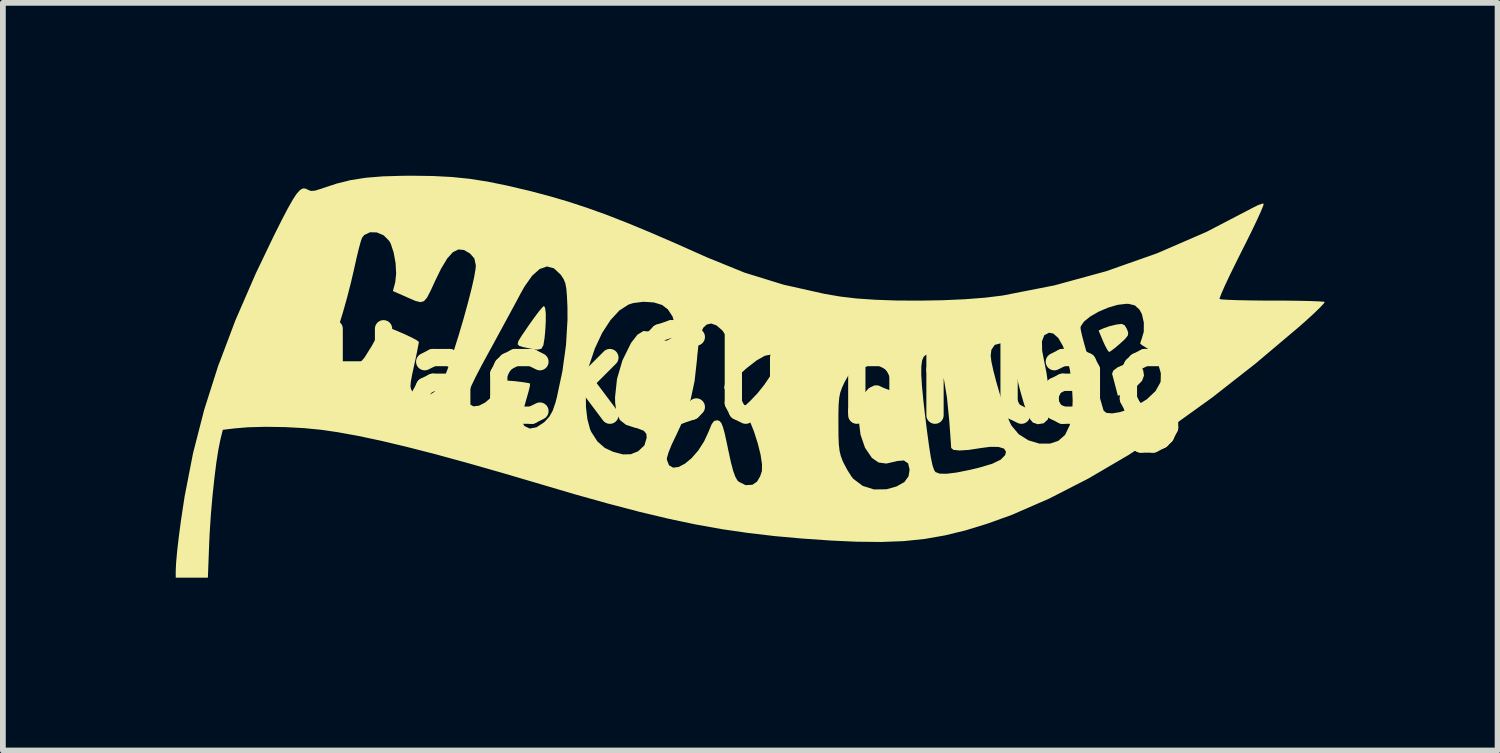
<source format=kicad_pcb>
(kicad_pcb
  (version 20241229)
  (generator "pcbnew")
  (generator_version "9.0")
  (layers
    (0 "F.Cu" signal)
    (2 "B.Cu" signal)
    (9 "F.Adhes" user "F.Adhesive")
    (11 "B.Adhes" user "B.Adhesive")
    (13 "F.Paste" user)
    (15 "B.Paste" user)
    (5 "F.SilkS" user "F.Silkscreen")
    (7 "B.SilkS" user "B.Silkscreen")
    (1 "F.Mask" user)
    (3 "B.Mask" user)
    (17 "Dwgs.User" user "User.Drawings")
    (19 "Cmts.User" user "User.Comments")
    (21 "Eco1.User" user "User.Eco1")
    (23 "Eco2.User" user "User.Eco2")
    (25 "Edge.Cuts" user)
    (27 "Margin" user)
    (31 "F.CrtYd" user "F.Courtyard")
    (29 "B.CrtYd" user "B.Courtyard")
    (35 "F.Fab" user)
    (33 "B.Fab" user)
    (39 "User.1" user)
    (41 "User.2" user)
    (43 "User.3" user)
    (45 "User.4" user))
  (footprint "HackClubFlag"
    (layer "F.Cu")
    (at 10 3.478)
    (property "Reference" "HackClubFlag" (at 0 0 0) (layer "F.SilkS") (effects (font (size 1.5 1.5) (thickness 0.3))))
    (attr board_only exclude_from_pos_files exclude_from_bom)
    (fp_poly (pts (xy 6.725 -0.196) (xy 6.791 -0.106) (xy 6.806 -0.009) (xy 6.772 0.082) (xy 6.678 0.177) (xy 6.541 0.262) (xy 6.494 0.283) (xy 6.353 0.342) (xy 6.311 0.181) (xy 6.281 0.066) (xy 6.257 -0.023) (xy 6.252 -0.04) (xy 6.272 -0.094) (xy 6.346 -0.151) (xy 6.452 -0.198) (xy 6.569 -0.225) (xy 6.616 -0.228)) (stroke (width 0) (type solid)) (fill yes) (layer "F.SilkS"))
    (fp_poly (pts (xy 6.472 -0.881) (xy 6.51 -0.816) (xy 6.532 -0.754) (xy 6.525 -0.704) (xy 6.479 -0.646) (xy 6.392 -0.565) (xy 6.298 -0.486) (xy 6.228 -0.433) (xy 6.201 -0.418) (xy 6.173 -0.45) (xy 6.129 -0.532) (xy 6.096 -0.605) (xy 6.018 -0.791) (xy 6.104 -0.83) (xy 6.203 -0.865) (xy 6.322 -0.894) (xy 6.327 -0.895) (xy 6.42 -0.906)) (stroke (width 0) (type solid)) (fill yes) (layer "F.SilkS"))
    (fp_poly (pts (xy -3.588 -1.182) (xy -3.577 -1.086) (xy -3.577 -0.946) (xy -3.587 -0.777) (xy -3.599 -0.656) (xy -3.619 -0.535) (xy -3.654 -0.474) (xy -3.724 -0.459) (xy -3.846 -0.478) (xy -3.859 -0.481) (xy -3.971 -0.504) (xy -4.04 -0.525) (xy -4.066 -0.556) (xy -4.051 -0.611) (xy -3.995 -0.702) (xy -3.898 -0.843) (xy -3.876 -0.876) (xy -3.778 -1.014) (xy -3.694 -1.126) (xy -3.633 -1.197) (xy -3.608 -1.217)) (stroke (width 0) (type solid)) (fill yes) (layer "F.SilkS"))
    (fp_poly (pts (xy -5.532 -3.473) (xy -5.21 -3.456) (xy -4.904 -3.425) (xy -4.594 -3.377) (xy -4.259 -3.309) (xy -3.875 -3.219) (xy -3.824 -3.206) (xy -3.503 -3.121) (xy -3.187 -3.028) (xy -2.866 -2.923) (xy -2.531 -2.803) (xy -2.17 -2.662) (xy -1.773 -2.498) (xy -1.331 -2.307) (xy -0.833 -2.085) (xy -0.779 -2.061) (xy -0.127 -1.796) (xy 0.549 -1.587) (xy 1.264 -1.427) (xy 1.532 -1.381) (xy 1.809 -1.348) (xy 2.143 -1.325) (xy 2.517 -1.312) (xy 2.912 -1.31) (xy 3.311 -1.317) (xy 3.695 -1.334) (xy 4.046 -1.361) (xy 4.347 -1.398) (xy 4.354 -1.399) (xy 5.252 -1.575) (xy 6.151 -1.821) (xy 7.036 -2.133) (xy 7.894 -2.505) (xy 8.679 -2.914) (xy 8.783 -2.967) (xy 8.859 -2.993) (xy 8.884 -2.992) (xy 8.874 -2.953) (xy 8.834 -2.856) (xy 8.768 -2.711) (xy 8.68 -2.527) (xy 8.575 -2.314) (xy 8.5 -2.166) (xy 8.387 -1.939) (xy 8.287 -1.735) (xy 8.207 -1.564) (xy 8.15 -1.434) (xy 8.12 -1.356) (xy 8.118 -1.338) (xy 8.162 -1.33) (xy 8.27 -1.324) (xy 8.433 -1.318) (xy 8.64 -1.314) (xy 8.878 -1.311) (xy 9.032 -1.311) (xy 9.284 -1.31) (xy 9.511 -1.307) (xy 9.7 -1.303) (xy 9.842 -1.297) (xy 9.925 -1.291) (xy 9.943 -1.287) (xy 9.923 -1.256) (xy 9.855 -1.184) (xy 9.747 -1.08) (xy 9.608 -0.953) (xy 9.498 -0.856) (xy 8.741 -0.217) (xy 7.993 0.369) (xy 7.258 0.898) (xy 6.538 1.369) (xy 5.838 1.779) (xy 5.16 2.126) (xy 4.51 2.409) (xy 4.088 2.561) (xy 3.711 2.677) (xy 3.354 2.764) (xy 3.002 2.826) (xy 2.637 2.864) (xy 2.244 2.879) (xy 1.807 2.874) (xy 1.388 2.855) (xy 0.879 2.82) (xy 0.399 2.777) (xy -0.062 2.723) (xy -0.517 2.657) (xy -0.975 2.575) (xy -1.449 2.475) (xy -1.949 2.356) (xy -2.487 2.215) (xy -3.074 2.051) (xy -3.669 1.875) (xy -4.346 1.676) (xy -4.956 1.502) (xy -5.147 1.45) (xy -1.476 1.45) (xy -1.438 1.548) (xy -1.367 1.589) (xy -1.272 1.577) (xy -1.162 1.52) (xy -1.046 1.424) (xy -0.932 1.293) (xy -0.83 1.135) (xy -0.747 0.955) (xy -0.743 0.944) (xy -0.696 0.831) (xy -0.654 0.778) (xy -0.603 0.767) (xy -0.594 0.768) (xy -0.56 0.78) (xy -0.531 0.814) (xy -0.503 0.881) (xy -0.472 0.993) (xy -0.435 1.162) (xy -0.412 1.273) (xy -0.365 1.49) (xy -0.325 1.643) (xy -0.288 1.746) (xy -0.251 1.81) (xy -0.227 1.834) (xy -0.108 1.893) (xy 0.009 1.886) (xy 0.089 1.832) (xy 0.142 1.743) (xy 0.174 1.649) (xy 0.176 1.531) (xy 0.151 1.363) (xy 0.102 1.167) (xy 0.036 0.96) (xy -0.021 0.818) (xy 1.502 0.818) (xy 1.503 1.03) (xy 1.509 1.184) (xy 1.522 1.297) (xy 1.544 1.388) (xy 1.577 1.475) (xy 1.589 1.501) (xy 1.656 1.628) (xy 1.727 1.74) (xy 1.76 1.782) (xy 1.923 1.905) (xy 2.119 1.967) (xy 2.336 1.964) (xy 2.51 1.916) (xy 2.647 1.839) (xy 2.719 1.74) (xy 2.738 1.623) (xy 2.712 1.515) (xy 2.638 1.464) (xy 2.521 1.474) (xy 2.505 1.479) (xy 2.333 1.518) (xy 2.198 1.499) (xy 2.084 1.42) (xy 2.081 1.416) (xy 1.964 1.244) (xy 1.886 1.018) (xy 1.853 0.755) (xy 1.852 0.722) (xy 1.867 0.497) (xy 1.922 0.332) (xy 2.02 0.219) (xy 2.059 0.193) (xy 2.134 0.16) (xy 2.198 0.163) (xy 2.29 0.206) (xy 2.292 0.207) (xy 2.42 0.254) (xy 2.506 0.24) (xy 2.545 0.173) (xy 2.532 0.06) (xy 2.495 -0.027) (xy 2.94 -0.027) (xy 2.952 0.168) (xy 2.976 0.421) (xy 3.013 0.739) (xy 3.042 0.97) (xy 3.077 1.226) (xy 3.107 1.416) (xy 3.135 1.547) (xy 3.162 1.628) (xy 3.188 1.666) (xy 3.26 1.693) (xy 3.381 1.695) (xy 3.557 1.673) (xy 3.794 1.625) (xy 3.951 1.587) (xy 4.171 1.522) (xy 4.319 1.45) (xy 4.396 1.371) (xy 4.411 1.313) (xy 4.376 1.258) (xy 4.28 1.229) (xy 4.13 1.228) (xy 3.973 1.249) (xy 3.763 1.281) (xy 3.602 1.291) (xy 3.498 1.28) (xy 3.459 1.247) (xy 3.459 1.245) (xy 3.456 1.19) (xy 3.448 1.077) (xy 3.437 0.92) (xy 3.423 0.741) (xy 3.386 0.372) (xy 3.337 0.076) (xy 3.277 -0.147) (xy 3.205 -0.296) (xy 3.139 -0.357) (xy 4.145 -0.357) (xy 4.157 -0.253) (xy 4.191 -0.098) (xy 4.24 0.092) (xy 4.299 0.296) (xy 4.363 0.496) (xy 4.425 0.674) (xy 4.481 0.81) (xy 4.507 0.86) (xy 4.632 1.009) (xy 4.799 1.114) (xy 4.986 1.171) (xy 5.176 1.171) (xy 5.318 1.124) (xy 5.436 1.021) (xy 5.517 0.852) (xy 5.56 0.618) (xy 5.568 0.419) (xy 5.554 0.143) (xy 5.519 -0.113) (xy 5.466 -0.338) (xy 5.398 -0.524) (xy 5.319 -0.661) (xy 5.232 -0.739) (xy 5.157 -0.753) (xy 5.075 -0.709) (xy 5.035 -0.605) (xy 5.038 -0.441) (xy 5.073 -0.26) (xy 5.113 -0.06) (xy 5.143 0.151) (xy 5.161 0.356) (xy 5.166 0.537) (xy 5.157 0.678) (xy 5.137 0.753) (xy 5.064 0.819) (xy 4.961 0.835) (xy 4.878 0.806) (xy 4.831 0.752) (xy 4.779 0.645) (xy 4.722 0.479) (xy 4.656 0.248) (xy 4.603 0.042) (xy 4.545 -0.186) (xy 4.499 -0.35) (xy 4.459 -0.46) (xy 4.42 -0.527) (xy 4.379 -0.56) (xy 4.331 -0.57) (xy 4.322 -0.57) (xy 4.215 -0.542) (xy 4.157 -0.456) (xy 4.145 -0.357) (xy 3.139 -0.357) (xy 3.123 -0.371) (xy 3.078 -0.38) (xy 3.024 -0.371) (xy 2.983 -0.337) (xy 2.955 -0.273) (xy 2.941 -0.172) (xy 2.94 -0.027) (xy 2.495 -0.027) (xy 2.49 -0.039) (xy 2.386 -0.163) (xy 2.242 -0.237) (xy 2.074 -0.257) (xy 1.902 -0.219) (xy 1.812 -0.172) (xy 1.742 -0.102) (xy 1.663 0.009) (xy 1.607 0.108) (xy 1.564 0.202) (xy 1.534 0.286) (xy 1.516 0.377) (xy 1.506 0.495) (xy 1.502 0.656) (xy 1.502 0.818) (xy -0.021 0.818) (xy -0.039 0.773) (xy -0.144 0.539) (xy -0.029 0.431) (xy 0.097 0.299) (xy 0.216 0.15) (xy 0.317 0.001) (xy 0.389 -0.13) (xy 0.418 -0.227) (xy 0.418 -0.234) (xy 0.396 -0.334) (xy 0.332 -0.374) (xy 0.227 -0.354) (xy 0.085 -0.274) (xy -0.092 -0.137) (xy -0.22 -0.021) (xy -0.484 0.228) (xy -0.453 0.066) (xy -0.437 -0.054) (xy -0.425 -0.216) (xy -0.42 -0.384) (xy -0.42 -0.387) (xy -0.422 -0.542) (xy -0.434 -0.645) (xy -0.461 -0.718) (xy -0.509 -0.787) (xy -0.517 -0.796) (xy -0.563 -0.837) (xy 5.704 -0.837) (xy 5.711 -0.79) (xy 5.732 -0.698) (xy 5.77 -0.555) (xy 5.826 -0.358) (xy 5.9 -0.101) (xy 5.994 0.22) (xy 6.105 0.599) (xy 6.153 0.638) (xy 6.253 0.647) (xy 6.388 0.625) (xy 6.542 0.576) (xy 6.647 0.53) (xy 6.856 0.402) (xy 7.007 0.259) (xy 7.091 0.108) (xy 7.096 0.089) (xy 7.099 -0.049) (xy 7.054 -0.204) (xy 6.975 -0.354) (xy 6.874 -0.474) (xy 6.772 -0.537) (xy 6.739 -0.566) (xy 6.758 -0.626) (xy 6.763 -0.636) (xy 6.802 -0.769) (xy 6.803 -0.928) (xy 6.77 -1.076) (xy 6.727 -1.155) (xy 6.648 -1.227) (xy 6.544 -1.253) (xy 6.5 -1.255) (xy 6.348 -1.237) (xy 6.182 -1.188) (xy 6.018 -1.118) (xy 5.874 -1.035) (xy 5.765 -0.947) (xy 5.708 -0.864) (xy 5.704 -0.837) (xy -0.563 -0.837) (xy -0.613 -0.88) (xy -0.706 -0.913) (xy -0.706 -0.913) (xy -0.785 -0.895) (xy -0.845 -0.838) (xy -0.89 -0.732) (xy -0.924 -0.57) (xy -0.949 -0.341) (xy -0.954 -0.276) (xy -0.994 0.085) (xy -1.062 0.403) (xy -1.166 0.707) (xy -1.315 1.029) (xy -1.318 1.035) (xy -1.391 1.187) (xy -1.445 1.321) (xy -1.474 1.418) (xy -1.476 1.45) (xy -5.147 1.45) (xy -5.505 1.352) (xy -5.999 1.226) (xy -6.441 1.121) (xy -6.837 1.037) (xy -7.192 0.973) (xy -7.464 0.933) (xy -7.768 0.903) (xy -8.101 0.885) (xy -8.436 0.88) (xy -8.746 0.888) (xy -8.974 0.907) (xy -9.183 0.932) (xy -9.225 1.103) (xy -9.26 1.279) (xy -9.297 1.514) (xy -9.331 1.791) (xy -9.363 2.094) (xy -9.39 2.405) (xy -9.41 2.709) (xy -9.419 2.899) (xy -9.442 3.498) (xy -9.721 3.498) (xy -10 3.498) (xy -10 3.375) (xy -9.993 3.235) (xy -9.975 3.036) (xy -9.947 2.793) (xy -9.911 2.52) (xy -9.868 2.234) (xy -9.846 2.091) (xy -9.7 1.34) (xy -9.506 0.585) (xy -9.446 0.396) (xy -4.936 0.396) (xy -4.902 0.487) (xy -4.831 0.525) (xy -4.735 0.513) (xy -4.626 0.457) (xy -4.516 0.361) (xy -4.416 0.23) (xy -4.385 0.176) (xy -4.35 0.116) (xy -4.309 0.085) (xy -4.241 0.078) (xy -4.124 0.087) (xy -4.097 0.09) (xy -3.973 0.105) (xy -3.883 0.12) (xy -3.85 0.129) (xy -3.853 0.171) (xy -3.875 0.264) (xy -3.911 0.391) (xy -3.914 0.4) (xy -3.966 0.588) (xy -3.989 0.721) (xy -3.981 0.81) (xy -3.947 0.867) (xy -3.855 0.91) (xy -3.739 0.889) (xy -3.61 0.805) (xy -3.593 0.789) (xy -3.516 0.705) (xy -3.459 0.605) (xy -3.411 0.467) (xy -3.385 0.369) (xy -3.369 0.293) (xy -2.887 0.293) (xy -2.881 0.53) (xy -2.855 0.746) (xy -2.809 0.92) (xy -2.787 0.97) (xy -2.68 1.135) (xy -2.553 1.246) (xy -2.408 1.314) (xy -2.238 1.359) (xy -2.102 1.356) (xy -1.975 1.305) (xy -1.972 1.303) (xy -1.865 1.202) (xy -1.826 1.07) (xy -1.831 1.003) (xy -1.875 0.949) (xy -1.986 0.906) (xy -2.03 0.896) (xy -2.185 0.845) (xy -2.289 0.764) (xy -2.349 0.64) (xy -2.373 0.462) (xy -2.375 0.368) (xy -2.341 0.05) (xy -2.247 -0.272) (xy -2.102 -0.566) (xy -2.092 -0.583) (xy -1.986 -0.719) (xy -1.883 -0.782) (xy -1.776 -0.774) (xy -1.671 -0.707) (xy -1.562 -0.631) (xy -1.48 -0.614) (xy -1.406 -0.654) (xy -1.391 -0.668) (xy -1.338 -0.77) (xy -1.336 -0.9) (xy -1.378 -1.037) (xy -1.458 -1.158) (xy -1.558 -1.235) (xy -1.703 -1.279) (xy -1.882 -1.29) (xy -2.058 -1.268) (xy -2.14 -1.242) (xy -2.3 -1.139) (xy -2.455 -0.971) (xy -2.599 -0.749) (xy -2.724 -0.483) (xy -2.824 -0.186) (xy -2.834 -0.15) (xy -2.871 0.059) (xy -2.887 0.293) (xy -3.369 0.293) (xy -3.289 -0.083) (xy -3.226 -0.541) (xy -3.2 -0.977) (xy -3.201 -1.204) (xy -3.21 -1.393) (xy -3.221 -1.524) (xy -3.239 -1.615) (xy -3.267 -1.683) (xy -3.309 -1.748) (xy -3.322 -1.765) (xy -3.436 -1.871) (xy -3.556 -1.903) (xy -3.683 -1.859) (xy -3.814 -1.742) (xy -3.948 -1.552) (xy -4.013 -1.436) (xy -4.076 -1.317) (xy -4.168 -1.147) (xy -4.28 -0.94) (xy -4.404 -0.712) (xy -4.531 -0.478) (xy -4.552 -0.441) (xy -4.692 -0.183) (xy -4.796 0.017) (xy -4.869 0.169) (xy -4.914 0.279) (xy -4.934 0.356) (xy -4.936 0.396) (xy -9.446 0.396) (xy -9.262 -0.182) (xy -9.223 -0.282) (xy -7.297 -0.282) (xy -7.278 -0.172) (xy -7.224 -0.106) (xy -7.135 -0.078) (xy -7.093 -0.076) (xy -6.967 -0.101) (xy -6.846 -0.181) (xy -6.724 -0.321) (xy -6.594 -0.529) (xy -6.576 -0.562) (xy -6.504 -0.694) (xy -6.446 -0.798) (xy -6.412 -0.858) (xy -6.407 -0.866) (xy -6.367 -0.862) (xy -6.278 -0.832) (xy -6.16 -0.785) (xy -6.032 -0.73) (xy -5.913 -0.674) (xy -5.823 -0.627) (xy -5.781 -0.596) (xy -5.78 -0.593) (xy -5.789 -0.539) (xy -5.81 -0.431) (xy -5.84 -0.286) (xy -5.857 -0.211) (xy -5.896 -0.029) (xy -5.919 0.095) (xy -5.926 0.175) (xy -5.916 0.228) (xy -5.889 0.269) (xy -5.856 0.304) (xy -5.776 0.367) (xy -5.7 0.372) (xy -5.616 0.337) (xy -5.526 0.284) (xy -5.452 0.217) (xy -5.388 0.125) (xy -5.326 -0.004) (xy -5.258 -0.183) (xy -5.187 -0.397) (xy -5.09 -0.706) (xy -5.002 -1.004) (xy -4.926 -1.28) (xy -4.864 -1.523) (xy -4.819 -1.723) (xy -4.795 -1.867) (xy -4.791 -1.92) (xy -4.817 -2.042) (xy -4.891 -2.127) (xy -4.997 -2.189) (xy -5.095 -2.198) (xy -5.191 -2.15) (xy -5.289 -2.04) (xy -5.395 -1.863) (xy -5.496 -1.656) (xy -5.577 -1.48) (xy -5.637 -1.364) (xy -5.691 -1.301) (xy -5.753 -1.284) (xy -5.839 -1.305) (xy -5.962 -1.358) (xy -6.033 -1.39) (xy -6.23 -1.476) (xy -6.19 -1.63) (xy -6.174 -1.78) (xy -6.184 -1.961) (xy -6.217 -2.143) (xy -6.267 -2.296) (xy -6.294 -2.345) (xy -6.39 -2.443) (xy -6.509 -2.494) (xy -6.628 -2.497) (xy -6.728 -2.449) (xy -6.767 -2.399) (xy -6.789 -2.335) (xy -6.822 -2.214) (xy -6.861 -2.052) (xy -6.902 -1.869) (xy -6.902 -1.868) (xy -6.956 -1.636) (xy -7.024 -1.369) (xy -7.098 -1.106) (xy -7.15 -0.937) (xy -7.233 -0.659) (xy -7.282 -0.442) (xy -7.297 -0.282) (xy -9.223 -0.282) (xy -8.964 -0.969) (xy -8.609 -1.785) (xy -8.305 -2.419) (xy -8.168 -2.693) (xy -8.058 -2.904) (xy -7.97 -3.06) (xy -7.9 -3.166) (xy -7.843 -3.229) (xy -7.794 -3.257) (xy -7.748 -3.255) (xy -7.714 -3.238) (xy -7.656 -3.214) (xy -7.582 -3.219) (xy -7.469 -3.254) (xy -7.441 -3.264) (xy -7.202 -3.343) (xy -6.961 -3.402) (xy -6.701 -3.443) (xy -6.405 -3.467) (xy -6.057 -3.477) (xy -5.894 -3.478)) (stroke (width 0) (type solid)) (fill yes) (layer "F.SilkS")))
  (gr_rect
    (start -3 -3)
    (end 22.943 9.976)
    (stroke (width 0.1) (type default))
    (fill no)
    (layer "Edge.Cuts")))
</source>
